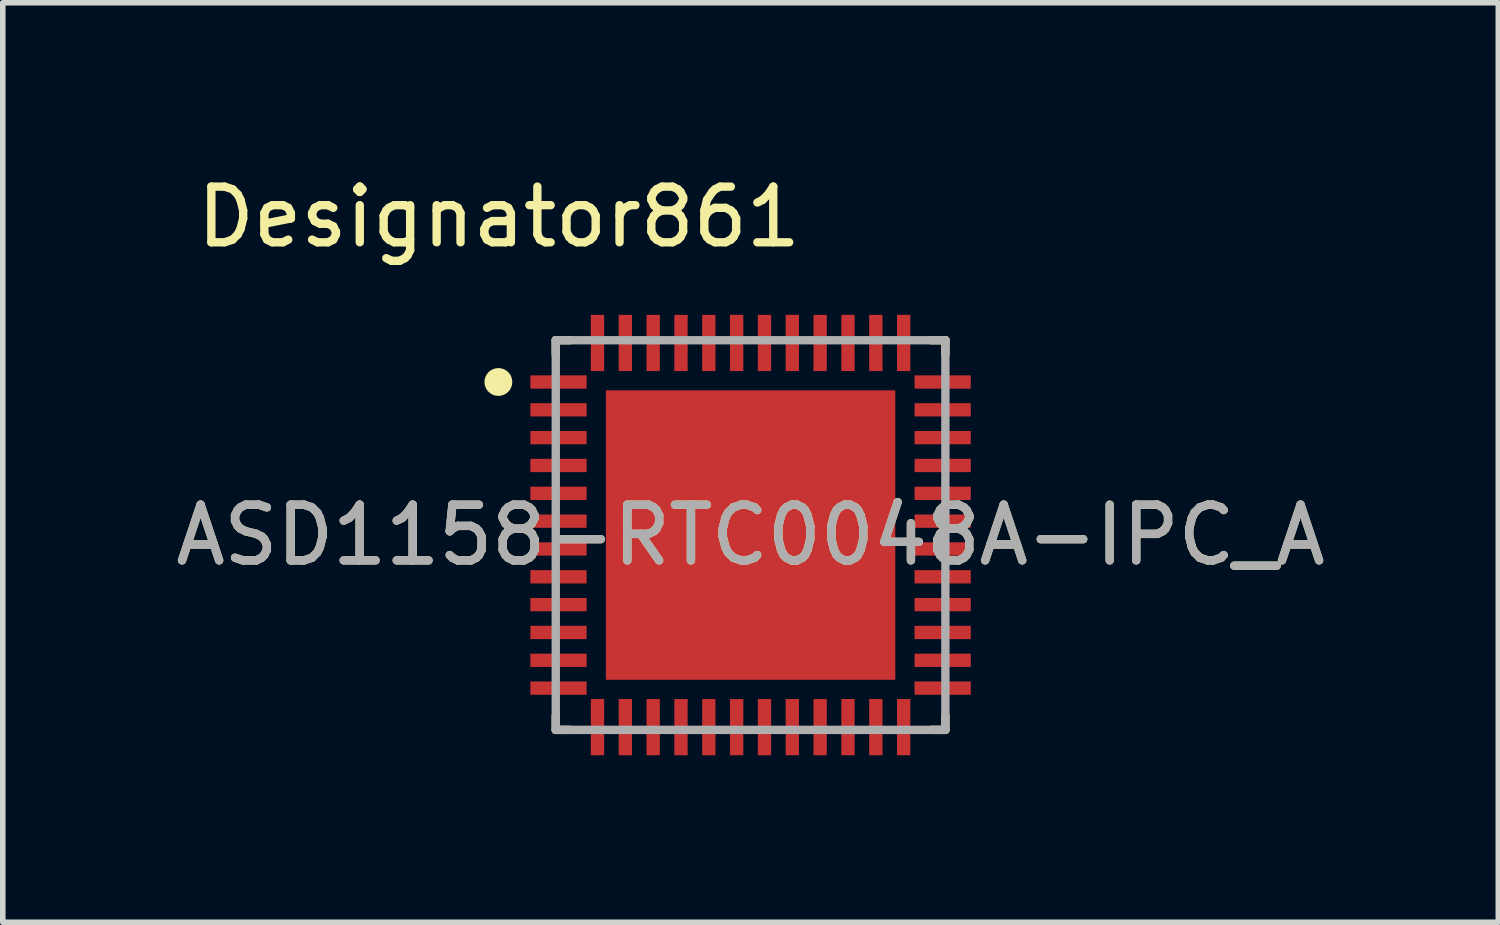
<source format=kicad_pcb>
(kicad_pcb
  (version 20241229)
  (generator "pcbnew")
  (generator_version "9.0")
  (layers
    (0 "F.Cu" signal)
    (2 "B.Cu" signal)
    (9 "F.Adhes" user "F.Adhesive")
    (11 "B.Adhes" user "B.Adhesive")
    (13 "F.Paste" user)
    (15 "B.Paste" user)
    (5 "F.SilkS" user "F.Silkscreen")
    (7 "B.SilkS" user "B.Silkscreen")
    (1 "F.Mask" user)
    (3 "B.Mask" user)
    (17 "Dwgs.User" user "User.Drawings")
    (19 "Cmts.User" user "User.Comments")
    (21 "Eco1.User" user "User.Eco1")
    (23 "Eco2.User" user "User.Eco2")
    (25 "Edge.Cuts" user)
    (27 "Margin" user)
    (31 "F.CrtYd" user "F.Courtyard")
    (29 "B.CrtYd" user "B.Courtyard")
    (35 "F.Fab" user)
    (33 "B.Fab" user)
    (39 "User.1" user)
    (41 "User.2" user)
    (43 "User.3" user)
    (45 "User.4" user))
  (footprint "ASD1158-RTC0048A-IPC_A"
    (layer "F.Cu")
    (at 10.435 6.563)
    (property "Reference" "ASD1158-RTC0048A-IPC_A" (at 0 0 0) (unlocked yes) (layer "F.SilkS") (effects (font (size 1 1) (thickness 0.15))))
    (attr smd)
    (fp_line (start -3.5 -3.5) (end -3.245 -3.5) (stroke (width 0.15) (type solid)) (layer "F.SilkS"))
    (fp_line (start -3.5 -3.245) (end -3.5 -3.5) (stroke (width 0.15) (type solid)) (layer "F.SilkS"))
    (fp_line (start -3.5 3.5) (end -3.5 3.245) (stroke (width 0.15) (type solid)) (layer "F.SilkS"))
    (fp_line (start -3.5 3.5) (end -3.245 3.5) (stroke (width 0.15) (type solid)) (layer "F.SilkS"))
    (fp_line (start 3.245 -3.5) (end 3.5 -3.5) (stroke (width 0.15) (type solid)) (layer "F.SilkS"))
    (fp_line (start 3.245 3.5) (end 3.5 3.5) (stroke (width 0.15) (type solid)) (layer "F.SilkS"))
    (fp_line (start 3.5 -3.245) (end 3.5 -3.5) (stroke (width 0.15) (type solid)) (layer "F.SilkS"))
    (fp_line (start 3.5 3.5) (end 3.5 3.245) (stroke (width 0.15) (type solid)) (layer "F.SilkS"))
    (fp_circle (center -4.531 -2.75) (end -4.406 -2.75) (stroke (width 0.25) (type solid)) (fill no) (layer "F.SilkS"))
    (fp_poly (pts (xy -1.963 -0.319) (xy -0.319 -0.319) (xy -0.319 -1.963) (xy -1.963 -1.963)) (stroke (width 0) (type solid)) (fill yes) (layer "F.Paste"))
    (fp_poly (pts (xy -1.963 1.963) (xy -0.319 1.963) (xy -0.319 0.319) (xy -1.963 0.319)) (stroke (width 0) (type solid)) (fill yes) (layer "F.Paste"))
    (fp_poly (pts (xy 0.319 -0.319) (xy 1.963 -0.319) (xy 1.963 -1.963) (xy 0.319 -1.963)) (stroke (width 0) (type solid)) (fill yes) (layer "F.Paste"))
    (fp_poly (pts (xy 0.319 1.963) (xy 1.963 1.963) (xy 1.963 0.319) (xy 0.319 0.319)) (stroke (width 0) (type solid)) (fill yes) (layer "F.Paste"))
    (fp_line (start -3.5 -3.5) (end 3.5 -3.5) (stroke (width 0.15) (type solid)) (layer "F.Fab"))
    (fp_line (start -3.5 3.5) (end -3.5 -3.5) (stroke (width 0.15) (type solid)) (layer "F.Fab"))
    (fp_line (start -3.5 3.5) (end 3.5 3.5) (stroke (width 0.15) (type solid)) (layer "F.Fab"))
    (fp_line (start 3.5 3.5) (end 3.5 -3.5) (stroke (width 0.15) (type solid)) (layer "F.Fab"))
    (fp_text user "Designator861" (at -4.521 -5.715 0) (unlocked yes) (layer "F.SilkS") (effects (font (size 1 1) (thickness 0.15))))
    (fp_text user "${REFERENCE}" (at 0 0 0) (unlocked yes) (layer "F.Fab") (effects (font (size 1 1) (thickness 0.15))))
    (pad "1" smd rect (at -3.451 -2.75 90) (size 0.239 1.01) (layers "F.Cu" "F.Mask" "F.Paste"))
    (pad "2" smd rect (at -3.451 -2.25 90) (size 0.239 1.01) (layers "F.Cu" "F.Mask" "F.Paste"))
    (pad "3" smd rect (at -3.451 -1.75 90) (size 0.239 1.01) (layers "F.Cu" "F.Mask" "F.Paste"))
    (pad "4" smd rect (at -3.451 -1.25 90) (size 0.239 1.01) (layers "F.Cu" "F.Mask" "F.Paste"))
    (pad "5" smd rect (at -3.451 -0.75 90) (size 0.239 1.01) (layers "F.Cu" "F.Mask" "F.Paste"))
    (pad "6" smd rect (at -3.451 -0.25 90) (size 0.239 1.01) (layers "F.Cu" "F.Mask" "F.Paste"))
    (pad "7" smd rect (at -3.451 0.25 90) (size 0.239 1.01) (layers "F.Cu" "F.Mask" "F.Paste"))
    (pad "8" smd rect (at -3.451 0.75 90) (size 0.239 1.01) (layers "F.Cu" "F.Mask" "F.Paste"))
    (pad "9" smd rect (at -3.451 1.25 90) (size 0.239 1.01) (layers "F.Cu" "F.Mask" "F.Paste"))
    (pad "10" smd rect (at -3.451 1.75 90) (size 0.239 1.01) (layers "F.Cu" "F.Mask" "F.Paste"))
    (pad "11" smd rect (at -3.451 2.25 90) (size 0.239 1.01) (layers "F.Cu" "F.Mask" "F.Paste"))
    (pad "12" smd rect (at -3.451 2.75 90) (size 0.239 1.01) (layers "F.Cu" "F.Mask" "F.Paste"))
    (pad "13" smd rect (at -2.75 3.451) (size 0.239 1.01) (layers "F.Cu" "F.Mask" "F.Paste"))
    (pad "14" smd rect (at -2.25 3.451) (size 0.239 1.01) (layers "F.Cu" "F.Mask" "F.Paste"))
    (pad "15" smd rect (at -1.75 3.451) (size 0.239 1.01) (layers "F.Cu" "F.Mask" "F.Paste"))
    (pad "16" smd rect (at -1.25 3.451) (size 0.239 1.01) (layers "F.Cu" "F.Mask" "F.Paste"))
    (pad "17" smd rect (at -0.75 3.451) (size 0.239 1.01) (layers "F.Cu" "F.Mask" "F.Paste"))
    (pad "18" smd rect (at -0.25 3.451) (size 0.239 1.01) (layers "F.Cu" "F.Mask" "F.Paste"))
    (pad "19" smd rect (at 0.25 3.451) (size 0.239 1.01) (layers "F.Cu" "F.Mask" "F.Paste"))
    (pad "20" smd rect (at 0.75 3.451) (size 0.239 1.01) (layers "F.Cu" "F.Mask" "F.Paste"))
    (pad "21" smd rect (at 1.25 3.451) (size 0.239 1.01) (layers "F.Cu" "F.Mask" "F.Paste"))
    (pad "22" smd rect (at 1.75 3.451) (size 0.239 1.01) (layers "F.Cu" "F.Mask" "F.Paste"))
    (pad "23" smd rect (at 2.25 3.451) (size 0.239 1.01) (layers "F.Cu" "F.Mask" "F.Paste"))
    (pad "24" smd rect (at 2.75 3.451) (size 0.239 1.01) (layers "F.Cu" "F.Mask" "F.Paste"))
    (pad "25" smd rect (at 3.451 2.75 90) (size 0.239 1.01) (layers "F.Cu" "F.Mask" "F.Paste"))
    (pad "26" smd rect (at 3.451 2.25 90) (size 0.239 1.01) (layers "F.Cu" "F.Mask" "F.Paste"))
    (pad "27" smd rect (at 3.451 1.75 90) (size 0.239 1.01) (layers "F.Cu" "F.Mask" "F.Paste"))
    (pad "28" smd rect (at 3.451 1.25 90) (size 0.239 1.01) (layers "F.Cu" "F.Mask" "F.Paste"))
    (pad "29" smd rect (at 3.451 0.75 90) (size 0.239 1.01) (layers "F.Cu" "F.Mask" "F.Paste"))
    (pad "30" smd rect (at 3.451 0.25 90) (size 0.239 1.01) (layers "F.Cu" "F.Mask" "F.Paste"))
    (pad "31" smd rect (at 3.451 -0.25 90) (size 0.239 1.01) (layers "F.Cu" "F.Mask" "F.Paste"))
    (pad "32" smd rect (at 3.451 -0.75 90) (size 0.239 1.01) (layers "F.Cu" "F.Mask" "F.Paste"))
    (pad "33" smd rect (at 3.451 -1.25 90) (size 0.239 1.01) (layers "F.Cu" "F.Mask" "F.Paste"))
    (pad "34" smd rect (at 3.451 -1.75 90) (size 0.239 1.01) (layers "F.Cu" "F.Mask" "F.Paste"))
    (pad "35" smd rect (at 3.451 -2.25 90) (size 0.239 1.01) (layers "F.Cu" "F.Mask" "F.Paste"))
    (pad "36" smd rect (at 3.451 -2.75 90) (size 0.239 1.01) (layers "F.Cu" "F.Mask" "F.Paste"))
    (pad "37" smd rect (at 2.75 -3.451) (size 0.239 1.01) (layers "F.Cu" "F.Mask" "F.Paste"))
    (pad "38" smd rect (at 2.25 -3.451) (size 0.239 1.01) (layers "F.Cu" "F.Mask" "F.Paste"))
    (pad "39" smd rect (at 1.75 -3.451) (size 0.239 1.01) (layers "F.Cu" "F.Mask" "F.Paste"))
    (pad "40" smd rect (at 1.25 -3.451) (size 0.239 1.01) (layers "F.Cu" "F.Mask" "F.Paste"))
    (pad "41" smd rect (at 0.75 -3.451) (size 0.239 1.01) (layers "F.Cu" "F.Mask" "F.Paste"))
    (pad "42" smd rect (at 0.25 -3.451) (size 0.239 1.01) (layers "F.Cu" "F.Mask" "F.Paste"))
    (pad "43" smd rect (at -0.25 -3.451) (size 0.239 1.01) (layers "F.Cu" "F.Mask" "F.Paste"))
    (pad "44" smd rect (at -0.75 -3.451) (size 0.239 1.01) (layers "F.Cu" "F.Mask" "F.Paste"))
    (pad "45" smd rect (at -1.25 -3.451) (size 0.239 1.01) (layers "F.Cu" "F.Mask" "F.Paste"))
    (pad "46" smd rect (at -1.75 -3.451) (size 0.239 1.01) (layers "F.Cu" "F.Mask" "F.Paste"))
    (pad "47" smd rect (at -2.25 -3.451) (size 0.239 1.01) (layers "F.Cu" "F.Mask" "F.Paste"))
    (pad "48" smd rect (at -2.75 -3.451) (size 0.239 1.01) (layers "F.Cu" "F.Mask" "F.Paste"))
    (pad "49" smd rect (at 0 0) (size 5.2 5.2) (layers "F.Cu" "F.Mask")))
  (gr_rect
    (start -3 -3)
    (end 23.869 13.519)
    (stroke (width 0.1) (type default))
    (fill no)
    (layer "Edge.Cuts")))
</source>
